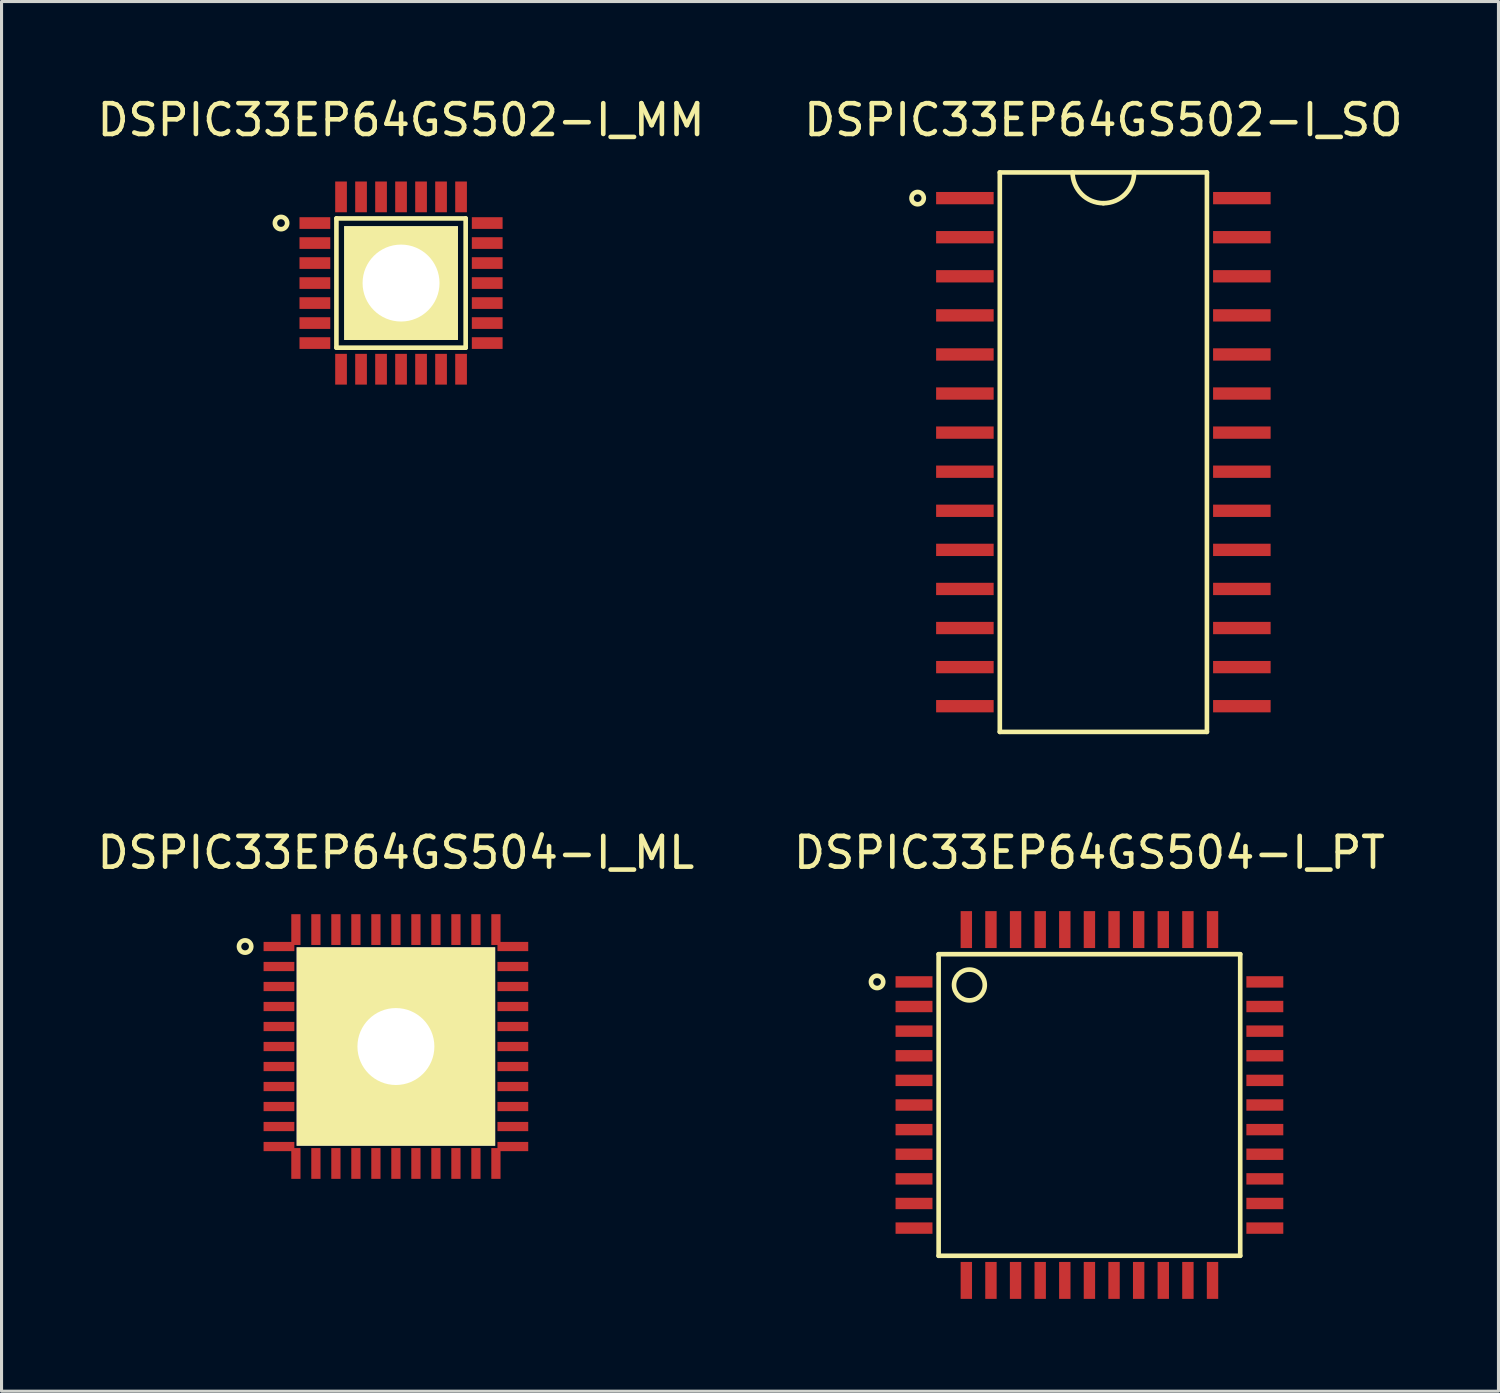
<source format=kicad_pcb>
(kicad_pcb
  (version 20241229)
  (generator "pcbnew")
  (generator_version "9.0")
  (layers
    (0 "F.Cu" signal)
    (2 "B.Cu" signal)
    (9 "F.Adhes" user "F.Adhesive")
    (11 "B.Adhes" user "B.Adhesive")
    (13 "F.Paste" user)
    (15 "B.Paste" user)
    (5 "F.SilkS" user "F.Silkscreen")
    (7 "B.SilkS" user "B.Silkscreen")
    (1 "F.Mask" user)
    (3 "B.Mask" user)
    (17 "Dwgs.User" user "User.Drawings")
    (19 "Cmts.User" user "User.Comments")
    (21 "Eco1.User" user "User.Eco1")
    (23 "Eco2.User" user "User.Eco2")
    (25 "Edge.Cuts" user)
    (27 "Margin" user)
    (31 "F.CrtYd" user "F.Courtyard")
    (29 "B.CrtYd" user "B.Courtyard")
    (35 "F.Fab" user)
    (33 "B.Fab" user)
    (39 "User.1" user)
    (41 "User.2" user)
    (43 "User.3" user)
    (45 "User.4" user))
  (footprint "DSPIC33EP64GS502-I_SO"
    (layer "F.Cu")
    (at 28.304 3.388)
    (property "Reference" "DSPIC33EP64GS502-I_SO" (at 4.5 -2.54 0) (layer "F.SilkS") (effects (font (size 1 1) (thickness 0.15))))
    (attr through_hole)
    (fp_line (start 1.135 -0.835) (end 7.865 -0.835) (stroke (width 0.15) (type solid)) (layer "F.SilkS"))
    (fp_line (start 1.135 17.345) (end 1.135 -0.835) (stroke (width 0.15) (type solid)) (layer "F.SilkS"))
    (fp_line (start 7.865 -0.835) (end 7.865 17.345) (stroke (width 0.15) (type solid)) (layer "F.SilkS"))
    (fp_line (start 7.865 17.345) (end 1.135 17.345) (stroke (width 0.15) (type solid)) (layer "F.SilkS"))
    (fp_arc (start 4.5 0.165) (mid 3.792893 -0.127893) (end 3.5 -0.835) (stroke (width 0.15) (type solid)) (layer "F.SilkS"))
    (fp_arc (start 5.5 -0.835) (mid 5.207107 -0.127893) (end 4.5 0.165) (stroke (width 0.15) (type solid)) (layer "F.SilkS"))
    (fp_circle (center -1.535 0) (end -1.535 0.2) (stroke (width 0.15) (type solid)) (fill no) (layer "F.SilkS"))
    (pad "1" smd rect (at 0 0) (size 1.87 0.4) (layers "F.Cu" "F.Mask" "F.Paste"))
    (pad "2" smd rect (at 0 1.27) (size 1.87 0.4) (layers "F.Cu" "F.Mask" "F.Paste"))
    (pad "3" smd rect (at 0 2.54) (size 1.87 0.4) (layers "F.Cu" "F.Mask" "F.Paste"))
    (pad "4" smd rect (at 0 3.81) (size 1.87 0.4) (layers "F.Cu" "F.Mask" "F.Paste"))
    (pad "5" smd rect (at 0 5.08) (size 1.87 0.4) (layers "F.Cu" "F.Mask" "F.Paste"))
    (pad "6" smd rect (at 0 6.35) (size 1.87 0.4) (layers "F.Cu" "F.Mask" "F.Paste"))
    (pad "7" smd rect (at 0 7.62) (size 1.87 0.4) (layers "F.Cu" "F.Mask" "F.Paste"))
    (pad "8" smd rect (at 0 8.89) (size 1.87 0.4) (layers "F.Cu" "F.Mask" "F.Paste"))
    (pad "9" smd rect (at 0 10.16) (size 1.87 0.4) (layers "F.Cu" "F.Mask" "F.Paste"))
    (pad "10" smd rect (at 0 11.43) (size 1.87 0.4) (layers "F.Cu" "F.Mask" "F.Paste"))
    (pad "11" smd rect (at 0 12.7) (size 1.87 0.4) (layers "F.Cu" "F.Mask" "F.Paste"))
    (pad "12" smd rect (at 0 13.97) (size 1.87 0.4) (layers "F.Cu" "F.Mask" "F.Paste"))
    (pad "13" smd rect (at 0 15.24) (size 1.87 0.4) (layers "F.Cu" "F.Mask" "F.Paste"))
    (pad "14" smd rect (at 0 16.51) (size 1.87 0.4) (layers "F.Cu" "F.Mask" "F.Paste"))
    (pad "15" smd rect (at 9 16.51) (size 1.87 0.4) (layers "F.Cu" "F.Mask" "F.Paste"))
    (pad "16" smd rect (at 9 15.24) (size 1.87 0.4) (layers "F.Cu" "F.Mask" "F.Paste"))
    (pad "17" smd rect (at 9 13.97) (size 1.87 0.4) (layers "F.Cu" "F.Mask" "F.Paste"))
    (pad "18" smd rect (at 9 12.7) (size 1.87 0.4) (layers "F.Cu" "F.Mask" "F.Paste"))
    (pad "19" smd rect (at 9 11.43) (size 1.87 0.4) (layers "F.Cu" "F.Mask" "F.Paste"))
    (pad "20" smd rect (at 9 10.16) (size 1.87 0.4) (layers "F.Cu" "F.Mask" "F.Paste"))
    (pad "21" smd rect (at 9 8.89) (size 1.87 0.4) (layers "F.Cu" "F.Mask" "F.Paste"))
    (pad "22" smd rect (at 9 7.62) (size 1.87 0.4) (layers "F.Cu" "F.Mask" "F.Paste"))
    (pad "23" smd rect (at 9 6.35) (size 1.87 0.4) (layers "F.Cu" "F.Mask" "F.Paste"))
    (pad "24" smd rect (at 9 5.08) (size 1.87 0.4) (layers "F.Cu" "F.Mask" "F.Paste"))
    (pad "25" smd rect (at 9 3.81) (size 1.87 0.4) (layers "F.Cu" "F.Mask" "F.Paste"))
    (pad "26" smd rect (at 9 2.54) (size 1.87 0.4) (layers "F.Cu" "F.Mask" "F.Paste"))
    (pad "27" smd rect (at 9 1.27) (size 1.87 0.4) (layers "F.Cu" "F.Mask" "F.Paste"))
    (pad "28" smd rect (at 9 0) (size 1.87 0.4) (layers "F.Cu" "F.Mask" "F.Paste")))
  (footprint "DSPIC33EP64GS504-I_PT"
    (layer "F.Cu")
    (at 26.651 27.157)
    (property "Reference" "DSPIC33EP64GS504-I_PT" (at 5.7 -2.5 0) (layer "F.SilkS") (effects (font (size 1 1) (thickness 0.15))))
    (attr through_hole)
    (fp_line (start 0.8 0.8) (end 0.8 10.6) (stroke (width 0.15) (type solid)) (layer "F.SilkS"))
    (fp_line (start 0.8 0.8) (end 10.6 0.8) (stroke (width 0.15) (type solid)) (layer "F.SilkS"))
    (fp_line (start 0.8 10.6) (end 10.6 10.6) (stroke (width 0.15) (type solid)) (layer "F.SilkS"))
    (fp_line (start 10.6 10.6) (end 10.6 0.8) (stroke (width 0.15) (type solid)) (layer "F.SilkS"))
    (fp_circle (center -1.2 1.7) (end -1.2 1.5) (stroke (width 0.15) (type solid)) (fill no) (layer "F.SilkS"))
    (fp_circle (center 1.8 1.8) (end 1.8 1.3) (stroke (width 0.15) (type solid)) (fill no) (layer "F.SilkS"))
    (pad "1" smd rect (at 0 1.7) (size 1.2 0.37) (layers "F.Cu" "F.Mask" "F.Paste"))
    (pad "2" smd rect (at 0 2.5) (size 1.2 0.37) (layers "F.Cu" "F.Mask" "F.Paste"))
    (pad "3" smd rect (at 0 3.3) (size 1.2 0.37) (layers "F.Cu" "F.Mask" "F.Paste"))
    (pad "4" smd rect (at 0 4.1) (size 1.2 0.37) (layers "F.Cu" "F.Mask" "F.Paste"))
    (pad "5" smd rect (at 0 4.9) (size 1.2 0.37) (layers "F.Cu" "F.Mask" "F.Paste"))
    (pad "6" smd rect (at 0 5.7) (size 1.2 0.37) (layers "F.Cu" "F.Mask" "F.Paste"))
    (pad "7" smd rect (at 0 6.5) (size 1.2 0.37) (layers "F.Cu" "F.Mask" "F.Paste"))
    (pad "8" smd rect (at 0 7.3) (size 1.2 0.37) (layers "F.Cu" "F.Mask" "F.Paste"))
    (pad "9" smd rect (at 0 8.1) (size 1.2 0.37) (layers "F.Cu" "F.Mask" "F.Paste"))
    (pad "10" smd rect (at 0 8.9) (size 1.2 0.37) (layers "F.Cu" "F.Mask" "F.Paste"))
    (pad "11" smd rect (at 0 9.7) (size 1.2 0.37) (layers "F.Cu" "F.Mask" "F.Paste"))
    (pad "12" smd rect (at 1.7 11.4) (size 0.37 1.2) (layers "F.Cu" "F.Mask" "F.Paste"))
    (pad "13" smd rect (at 2.5 11.4) (size 0.37 1.2) (layers "F.Cu" "F.Mask" "F.Paste"))
    (pad "14" smd rect (at 3.3 11.4) (size 0.37 1.2) (layers "F.Cu" "F.Mask" "F.Paste"))
    (pad "15" smd rect (at 4.1 11.4) (size 0.37 1.2) (layers "F.Cu" "F.Mask" "F.Paste"))
    (pad "16" smd rect (at 4.9 11.4) (size 0.37 1.2) (layers "F.Cu" "F.Mask" "F.Paste"))
    (pad "17" smd rect (at 5.7 11.4) (size 0.37 1.2) (layers "F.Cu" "F.Mask" "F.Paste"))
    (pad "18" smd rect (at 6.5 11.4) (size 0.37 1.2) (layers "F.Cu" "F.Mask" "F.Paste"))
    (pad "19" smd rect (at 7.3 11.4) (size 0.37 1.2) (layers "F.Cu" "F.Mask" "F.Paste"))
    (pad "20" smd rect (at 8.1 11.4) (size 0.37 1.2) (layers "F.Cu" "F.Mask" "F.Paste"))
    (pad "21" smd rect (at 8.9 11.4) (size 0.37 1.2) (layers "F.Cu" "F.Mask" "F.Paste"))
    (pad "22" smd rect (at 9.7 11.4) (size 0.37 1.2) (layers "F.Cu" "F.Mask" "F.Paste"))
    (pad "23" smd rect (at 11.4 9.7) (size 1.2 0.37) (layers "F.Cu" "F.Mask" "F.Paste"))
    (pad "24" smd rect (at 11.4 8.9) (size 1.2 0.37) (layers "F.Cu" "F.Mask" "F.Paste"))
    (pad "25" smd rect (at 11.4 8.1) (size 1.2 0.37) (layers "F.Cu" "F.Mask" "F.Paste"))
    (pad "26" smd rect (at 11.4 7.3) (size 1.2 0.37) (layers "F.Cu" "F.Mask" "F.Paste"))
    (pad "27" smd rect (at 11.4 6.5) (size 1.2 0.37) (layers "F.Cu" "F.Mask" "F.Paste"))
    (pad "28" smd rect (at 11.4 5.7) (size 1.2 0.37) (layers "F.Cu" "F.Mask" "F.Paste"))
    (pad "29" smd rect (at 11.4 4.9) (size 1.2 0.37) (layers "F.Cu" "F.Mask" "F.Paste"))
    (pad "30" smd rect (at 11.4 4.1) (size 1.2 0.37) (layers "F.Cu" "F.Mask" "F.Paste"))
    (pad "31" smd rect (at 11.4 3.3) (size 1.2 0.37) (layers "F.Cu" "F.Mask" "F.Paste"))
    (pad "32" smd rect (at 11.4 2.5) (size 1.2 0.37) (layers "F.Cu" "F.Mask" "F.Paste"))
    (pad "33" smd rect (at 11.4 1.7) (size 1.2 0.37) (layers "F.Cu" "F.Mask" "F.Paste"))
    (pad "34" smd rect (at 9.7 0) (size 0.37 1.2) (layers "F.Cu" "F.Mask" "F.Paste"))
    (pad "35" smd rect (at 8.9 0) (size 0.37 1.2) (layers "F.Cu" "F.Mask" "F.Paste"))
    (pad "36" smd rect (at 8.1 0) (size 0.37 1.2) (layers "F.Cu" "F.Mask" "F.Paste"))
    (pad "37" smd rect (at 7.3 0) (size 0.37 1.2) (layers "F.Cu" "F.Mask" "F.Paste"))
    (pad "38" smd rect (at 6.5 0) (size 0.37 1.2) (layers "F.Cu" "F.Mask" "F.Paste"))
    (pad "39" smd rect (at 5.7 0) (size 0.37 1.2) (layers "F.Cu" "F.Mask" "F.Paste"))
    (pad "40" smd rect (at 4.9 0) (size 0.37 1.2) (layers "F.Cu" "F.Mask" "F.Paste"))
    (pad "41" smd rect (at 4.1 0) (size 0.37 1.2) (layers "F.Cu" "F.Mask" "F.Paste"))
    (pad "42" smd rect (at 3.3 0) (size 0.37 1.2) (layers "F.Cu" "F.Mask" "F.Paste"))
    (pad "43" smd rect (at 2.5 0) (size 0.37 1.2) (layers "F.Cu" "F.Mask" "F.Paste"))
    (pad "44" smd rect (at 1.7 0) (size 0.37 1.2) (layers "F.Cu" "F.Mask" "F.Paste")))
  (footprint "DSPIC33EP64GS502-I_MM"
    (layer "F.Cu")
    (at 7.182 3.348)
    (property "Reference" "DSPIC33EP64GS502-I_MM" (at 2.8 -2.5 0) (layer "F.SilkS") (effects (font (size 1 1) (thickness 0.15))))
    (attr through_hole)
    (fp_line (start 0.7 0.7) (end 0.7 4.9) (stroke (width 0.15) (type solid)) (layer "F.SilkS"))
    (fp_line (start 0.7 0.7) (end 4.9 0.7) (stroke (width 0.15) (type solid)) (layer "F.SilkS"))
    (fp_line (start 0.7 4.9) (end 4.9 4.9) (stroke (width 0.15) (type solid)) (layer "F.SilkS"))
    (fp_line (start 4.9 4.9) (end 4.9 0.7) (stroke (width 0.15) (type solid)) (layer "F.SilkS"))
    (fp_circle (center -1.1 0.85) (end -1.1 0.65) (stroke (width 0.15) (type solid)) (fill no) (layer "F.SilkS"))
    (fp_circle (center 1.7 1.7) (end 1.7 1.2) (stroke (width 0.15) (type solid)) (fill no) (layer "F.SilkS"))
    (pad "1" smd rect (at 0 0.85) (size 1 0.38) (layers "F.Cu" "F.Mask" "F.Paste"))
    (pad "2" smd rect (at 0 1.5) (size 1 0.38) (layers "F.Cu" "F.Mask" "F.Paste"))
    (pad "3" smd rect (at 0 2.15) (size 1 0.38) (layers "F.Cu" "F.Mask" "F.Paste"))
    (pad "4" smd rect (at 0 2.8) (size 1 0.38) (layers "F.Cu" "F.Mask" "F.Paste"))
    (pad "5" smd rect (at 0 3.45) (size 1 0.38) (layers "F.Cu" "F.Mask" "F.Paste"))
    (pad "6" smd rect (at 0 4.1) (size 1 0.38) (layers "F.Cu" "F.Mask" "F.Paste"))
    (pad "7" smd rect (at 0 4.75) (size 1 0.38) (layers "F.Cu" "F.Mask" "F.Paste"))
    (pad "8" smd rect (at 0.85 5.6) (size 0.38 1) (layers "F.Cu" "F.Mask" "F.Paste"))
    (pad "9" smd rect (at 1.5 5.6) (size 0.38 1) (layers "F.Cu" "F.Mask" "F.Paste"))
    (pad "10" smd rect (at 2.15 5.6) (size 0.38 1) (layers "F.Cu" "F.Mask" "F.Paste"))
    (pad "11" smd rect (at 2.8 5.6) (size 0.38 1) (layers "F.Cu" "F.Mask" "F.Paste"))
    (pad "12" smd rect (at 3.45 5.6) (size 0.38 1) (layers "F.Cu" "F.Mask" "F.Paste"))
    (pad "13" smd rect (at 4.1 5.6) (size 0.38 1) (layers "F.Cu" "F.Mask" "F.Paste"))
    (pad "14" smd rect (at 4.75 5.6) (size 0.38 1) (layers "F.Cu" "F.Mask" "F.Paste"))
    (pad "15" smd rect (at 5.6 4.75) (size 1 0.38) (layers "F.Cu" "F.Mask" "F.Paste"))
    (pad "16" smd rect (at 5.6 4.1) (size 1 0.38) (layers "F.Cu" "F.Mask" "F.Paste"))
    (pad "17" smd rect (at 5.6 3.45) (size 1 0.38) (layers "F.Cu" "F.Mask" "F.Paste"))
    (pad "18" smd rect (at 5.6 2.8) (size 1 0.38) (layers "F.Cu" "F.Mask" "F.Paste"))
    (pad "19" smd rect (at 5.6 2.15) (size 1 0.38) (layers "F.Cu" "F.Mask" "F.Paste"))
    (pad "20" smd rect (at 5.6 1.5) (size 1 0.38) (layers "F.Cu" "F.Mask" "F.Paste"))
    (pad "21" smd rect (at 5.6 0.85) (size 1 0.38) (layers "F.Cu" "F.Mask" "F.Paste"))
    (pad "22" smd rect (at 4.75 0) (size 0.38 1) (layers "F.Cu" "F.Mask" "F.Paste"))
    (pad "23" smd rect (at 4.1 0) (size 0.38 1) (layers "F.Cu" "F.Mask" "F.Paste"))
    (pad "24" smd rect (at 3.45 0) (size 0.38 1) (layers "F.Cu" "F.Mask" "F.Paste"))
    (pad "25" smd rect (at 2.8 0) (size 0.38 1) (layers "F.Cu" "F.Mask" "F.Paste"))
    (pad "26" smd rect (at 2.15 0) (size 0.38 1) (layers "F.Cu" "F.Mask" "F.Paste"))
    (pad "27" smd rect (at 1.5 0) (size 0.38 1) (layers "F.Cu" "F.Mask" "F.Paste"))
    (pad "28" smd rect (at 0.85 0) (size 0.38 1) (layers "F.Cu" "F.Mask" "F.Paste"))
    (pad "999" thru_hole rect (at 2.8 2.8) (size 3.7 3.7) (drill 2.5) (layers "*.Cu" "*.Mask" "F.SilkS")))
  (footprint "DSPIC33EP64GS504-I_ML"
    (layer "F.Cu")
    (at 6.015 27.157)
    (property "Reference" "DSPIC33EP64GS504-I_ML" (at 3.8 -2.5 0) (layer "F.SilkS") (effects (font (size 1 1) (thickness 0.15))))
    (attr through_hole)
    (fp_line (start 0.7 0.7) (end 0.7 6.9) (stroke (width 0.15) (type solid)) (layer "F.SilkS"))
    (fp_line (start 0.7 0.7) (end 6.9 0.7) (stroke (width 0.15) (type solid)) (layer "F.SilkS"))
    (fp_line (start 0.7 6.9) (end 6.9 6.9) (stroke (width 0.15) (type solid)) (layer "F.SilkS"))
    (fp_line (start 6.9 6.9) (end 6.9 0.7) (stroke (width 0.15) (type solid)) (layer "F.SilkS"))
    (fp_circle (center -1.1 0.55) (end -1.1 0.35) (stroke (width 0.15) (type solid)) (fill no) (layer "F.SilkS"))
    (fp_circle (center 1.7 1.7) (end 1.7 1.2) (stroke (width 0.15) (type solid)) (fill no) (layer "F.SilkS"))
    (pad "1" smd rect (at 0 0.55) (size 1 0.3) (layers "F.Cu" "F.Mask" "F.Paste"))
    (pad "2" smd rect (at 0 1.2) (size 1 0.3) (layers "F.Cu" "F.Mask" "F.Paste"))
    (pad "3" smd rect (at 0 1.85) (size 1 0.3) (layers "F.Cu" "F.Mask" "F.Paste"))
    (pad "4" smd rect (at 0 2.5) (size 1 0.3) (layers "F.Cu" "F.Mask" "F.Paste"))
    (pad "5" smd rect (at 0 3.15) (size 1 0.3) (layers "F.Cu" "F.Mask" "F.Paste"))
    (pad "6" smd rect (at 0 3.8) (size 1 0.3) (layers "F.Cu" "F.Mask" "F.Paste"))
    (pad "7" smd rect (at 0 4.45) (size 1 0.3) (layers "F.Cu" "F.Mask" "F.Paste"))
    (pad "8" smd rect (at 0 5.1) (size 1 0.3) (layers "F.Cu" "F.Mask" "F.Paste"))
    (pad "9" smd rect (at 0 5.75) (size 1 0.3) (layers "F.Cu" "F.Mask" "F.Paste"))
    (pad "10" smd rect (at 0 6.4) (size 1 0.3) (layers "F.Cu" "F.Mask" "F.Paste"))
    (pad "11" smd rect (at 0 7.05) (size 1 0.3) (layers "F.Cu" "F.Mask" "F.Paste"))
    (pad "12" smd rect (at 0.55 7.6) (size 0.3 1) (layers "F.Cu" "F.Mask" "F.Paste"))
    (pad "13" smd rect (at 1.2 7.6) (size 0.3 1) (layers "F.Cu" "F.Mask" "F.Paste"))
    (pad "14" smd rect (at 1.85 7.6) (size 0.3 1) (layers "F.Cu" "F.Mask" "F.Paste"))
    (pad "15" smd rect (at 2.5 7.6) (size 0.3 1) (layers "F.Cu" "F.Mask" "F.Paste"))
    (pad "16" smd rect (at 3.15 7.6) (size 0.3 1) (layers "F.Cu" "F.Mask" "F.Paste"))
    (pad "17" smd rect (at 3.8 7.6) (size 0.3 1) (layers "F.Cu" "F.Mask" "F.Paste"))
    (pad "18" smd rect (at 4.45 7.6) (size 0.3 1) (layers "F.Cu" "F.Mask" "F.Paste"))
    (pad "19" smd rect (at 5.1 7.6) (size 0.3 1) (layers "F.Cu" "F.Mask" "F.Paste"))
    (pad "20" smd rect (at 5.75 7.6) (size 0.3 1) (layers "F.Cu" "F.Mask" "F.Paste"))
    (pad "21" smd rect (at 6.4 7.6) (size 0.3 1) (layers "F.Cu" "F.Mask" "F.Paste"))
    (pad "22" smd rect (at 7.05 7.6) (size 0.3 1) (layers "F.Cu" "F.Mask" "F.Paste"))
    (pad "23" smd rect (at 7.6 7.05) (size 1 0.3) (layers "F.Cu" "F.Mask" "F.Paste"))
    (pad "24" smd rect (at 7.6 6.4) (size 1 0.3) (layers "F.Cu" "F.Mask" "F.Paste"))
    (pad "25" smd rect (at 7.6 5.75) (size 1 0.3) (layers "F.Cu" "F.Mask" "F.Paste"))
    (pad "26" smd rect (at 7.6 5.1) (size 1 0.3) (layers "F.Cu" "F.Mask" "F.Paste"))
    (pad "27" smd rect (at 7.6 4.45) (size 1 0.3) (layers "F.Cu" "F.Mask" "F.Paste"))
    (pad "28" smd rect (at 7.6 3.8) (size 1 0.3) (layers "F.Cu" "F.Mask" "F.Paste"))
    (pad "29" smd rect (at 7.6 3.15) (size 1 0.3) (layers "F.Cu" "F.Mask" "F.Paste"))
    (pad "30" smd rect (at 7.6 2.5) (size 1 0.3) (layers "F.Cu" "F.Mask" "F.Paste"))
    (pad "31" smd rect (at 7.6 1.85) (size 1 0.3) (layers "F.Cu" "F.Mask" "F.Paste"))
    (pad "32" smd rect (at 7.6 1.2) (size 1 0.3) (layers "F.Cu" "F.Mask" "F.Paste"))
    (pad "33" smd rect (at 7.6 0.55) (size 1 0.3) (layers "F.Cu" "F.Mask" "F.Paste"))
    (pad "34" smd rect (at 7.05 0) (size 0.3 1) (layers "F.Cu" "F.Mask" "F.Paste"))
    (pad "35" smd rect (at 6.4 0) (size 0.3 1) (layers "F.Cu" "F.Mask" "F.Paste"))
    (pad "36" smd rect (at 5.75 0) (size 0.3 1) (layers "F.Cu" "F.Mask" "F.Paste"))
    (pad "37" smd rect (at 5.1 0) (size 0.3 1) (layers "F.Cu" "F.Mask" "F.Paste"))
    (pad "38" smd rect (at 4.45 0) (size 0.3 1) (layers "F.Cu" "F.Mask" "F.Paste"))
    (pad "39" smd rect (at 3.8 0) (size 0.3 1) (layers "F.Cu" "F.Mask" "F.Paste"))
    (pad "40" smd rect (at 3.15 0) (size 0.3 1) (layers "F.Cu" "F.Mask" "F.Paste"))
    (pad "41" smd rect (at 2.5 0) (size 0.3 1) (layers "F.Cu" "F.Mask" "F.Paste"))
    (pad "42" smd rect (at 1.85 0) (size 0.3 1) (layers "F.Cu" "F.Mask" "F.Paste"))
    (pad "43" smd rect (at 1.2 0) (size 0.3 1) (layers "F.Cu" "F.Mask" "F.Paste"))
    (pad "44" smd rect (at 0.55 0) (size 0.3 1) (layers "F.Cu" "F.Mask" "F.Paste"))
    (pad "999" thru_hole rect (at 3.8 3.8) (size 6.45 6.45) (drill 2.5) (layers "*.Cu" "*.Mask" "F.SilkS")))
  (gr_rect
    (start -3 -3)
    (end 45.643 42.157)
    (stroke (width 0.1) (type default))
    (fill no)
    (layer "Edge.Cuts")))
</source>
